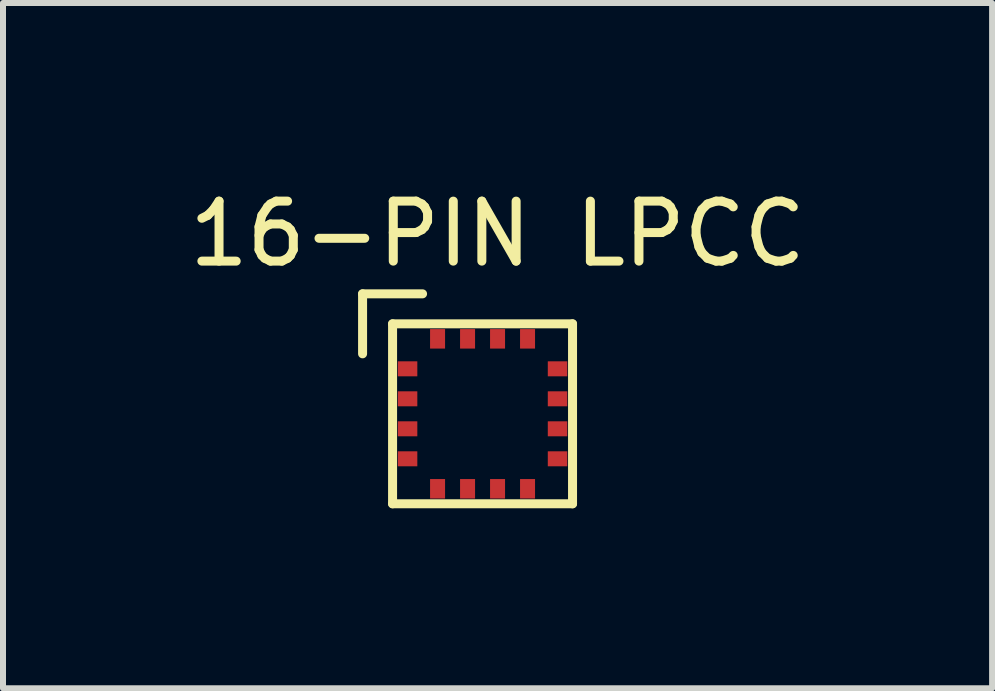
<source format=kicad_pcb>
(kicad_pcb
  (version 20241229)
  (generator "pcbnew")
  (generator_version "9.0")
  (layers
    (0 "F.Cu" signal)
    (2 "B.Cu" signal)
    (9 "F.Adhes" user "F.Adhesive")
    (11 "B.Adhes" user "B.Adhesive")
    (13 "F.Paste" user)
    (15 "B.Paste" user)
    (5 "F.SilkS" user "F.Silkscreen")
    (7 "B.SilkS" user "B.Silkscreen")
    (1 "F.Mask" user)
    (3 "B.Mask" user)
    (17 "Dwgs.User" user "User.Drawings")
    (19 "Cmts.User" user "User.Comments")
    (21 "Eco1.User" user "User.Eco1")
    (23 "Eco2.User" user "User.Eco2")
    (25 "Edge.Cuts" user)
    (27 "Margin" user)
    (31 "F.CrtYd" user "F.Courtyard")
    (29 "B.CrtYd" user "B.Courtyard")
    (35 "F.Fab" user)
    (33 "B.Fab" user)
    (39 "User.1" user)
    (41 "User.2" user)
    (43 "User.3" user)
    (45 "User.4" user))
  (footprint "16-PIN LPCC"
    (layer "F.Cu")
    (at 4.994 3.848)
    (property "Reference" "16-PIN LPCC" (at 0.25 -3 0) (layer "F.SilkS") (effects (font (size 1 1) (thickness 0.15))))
    (attr through_hole)
    (fp_line (start -2 -2) (end -1 -2) (stroke (width 0.15) (type solid)) (layer "F.SilkS"))
    (fp_line (start -2 -1) (end -2 -2) (stroke (width 0.15) (type solid)) (layer "F.SilkS"))
    (fp_line (start -1.5 -1.5) (end -1.5 1.5) (stroke (width 0.15) (type solid)) (layer "F.SilkS"))
    (fp_line (start -1.5 1.5) (end 1.5 1.5) (stroke (width 0.15) (type solid)) (layer "F.SilkS"))
    (fp_line (start 1.5 -1.5) (end -1.5 -1.5) (stroke (width 0.15) (type solid)) (layer "F.SilkS"))
    (fp_line (start 1.5 1.5) (end 1.5 -1.5) (stroke (width 0.15) (type solid)) (layer "F.SilkS"))
    (pad "1" smd rect (at -1.25 -0.75) (size 0.325 0.25) (layers "F.Cu" "F.Mask" "F.Paste"))
    (pad "2" smd rect (at -1.25 -0.25) (size 0.325 0.25) (layers "F.Cu" "F.Mask" "F.Paste"))
    (pad "3" smd rect (at -1.25 0.25) (size 0.325 0.25) (layers "F.Cu" "F.Mask" "F.Paste"))
    (pad "4" smd rect (at -1.25 0.75) (size 0.325 0.25) (layers "F.Cu" "F.Mask" "F.Paste"))
    (pad "5" smd rect (at -0.75 1.25 90) (size 0.325 0.25) (layers "F.Cu" "F.Mask" "F.Paste"))
    (pad "6" smd rect (at -0.25 1.25 90) (size 0.325 0.25) (layers "F.Cu" "F.Mask" "F.Paste"))
    (pad "7" smd rect (at 0.25 1.25 90) (size 0.325 0.25) (layers "F.Cu" "F.Mask" "F.Paste"))
    (pad "8" smd rect (at 0.75 1.25 90) (size 0.325 0.25) (layers "F.Cu" "F.Mask" "F.Paste"))
    (pad "9" smd rect (at 1.25 0.75) (size 0.325 0.25) (layers "F.Cu" "F.Mask" "F.Paste"))
    (pad "10" smd rect (at 1.25 0.25) (size 0.325 0.25) (layers "F.Cu" "F.Mask" "F.Paste"))
    (pad "11" smd rect (at 1.25 -0.25) (size 0.325 0.25) (layers "F.Cu" "F.Mask" "F.Paste"))
    (pad "12" smd rect (at 1.25 -0.75) (size 0.325 0.25) (layers "F.Cu" "F.Mask" "F.Paste"))
    (pad "13" smd rect (at 0.75 -1.25 90) (size 0.325 0.25) (layers "F.Cu" "F.Mask" "F.Paste"))
    (pad "14" smd rect (at 0.25 -1.25 90) (size 0.325 0.25) (layers "F.Cu" "F.Mask" "F.Paste"))
    (pad "15" smd rect (at -0.25 -1.25 90) (size 0.325 0.25) (layers "F.Cu" "F.Mask" "F.Paste"))
    (pad "16" smd rect (at -0.75 -1.25 90) (size 0.325 0.25) (layers "F.Cu" "F.Mask" "F.Paste")))
  (gr_rect
    (start -3 -3)
    (end 13.488 8.423)
    (stroke (width 0.1) (type default))
    (fill no)
    (layer "Edge.Cuts")))
</source>
